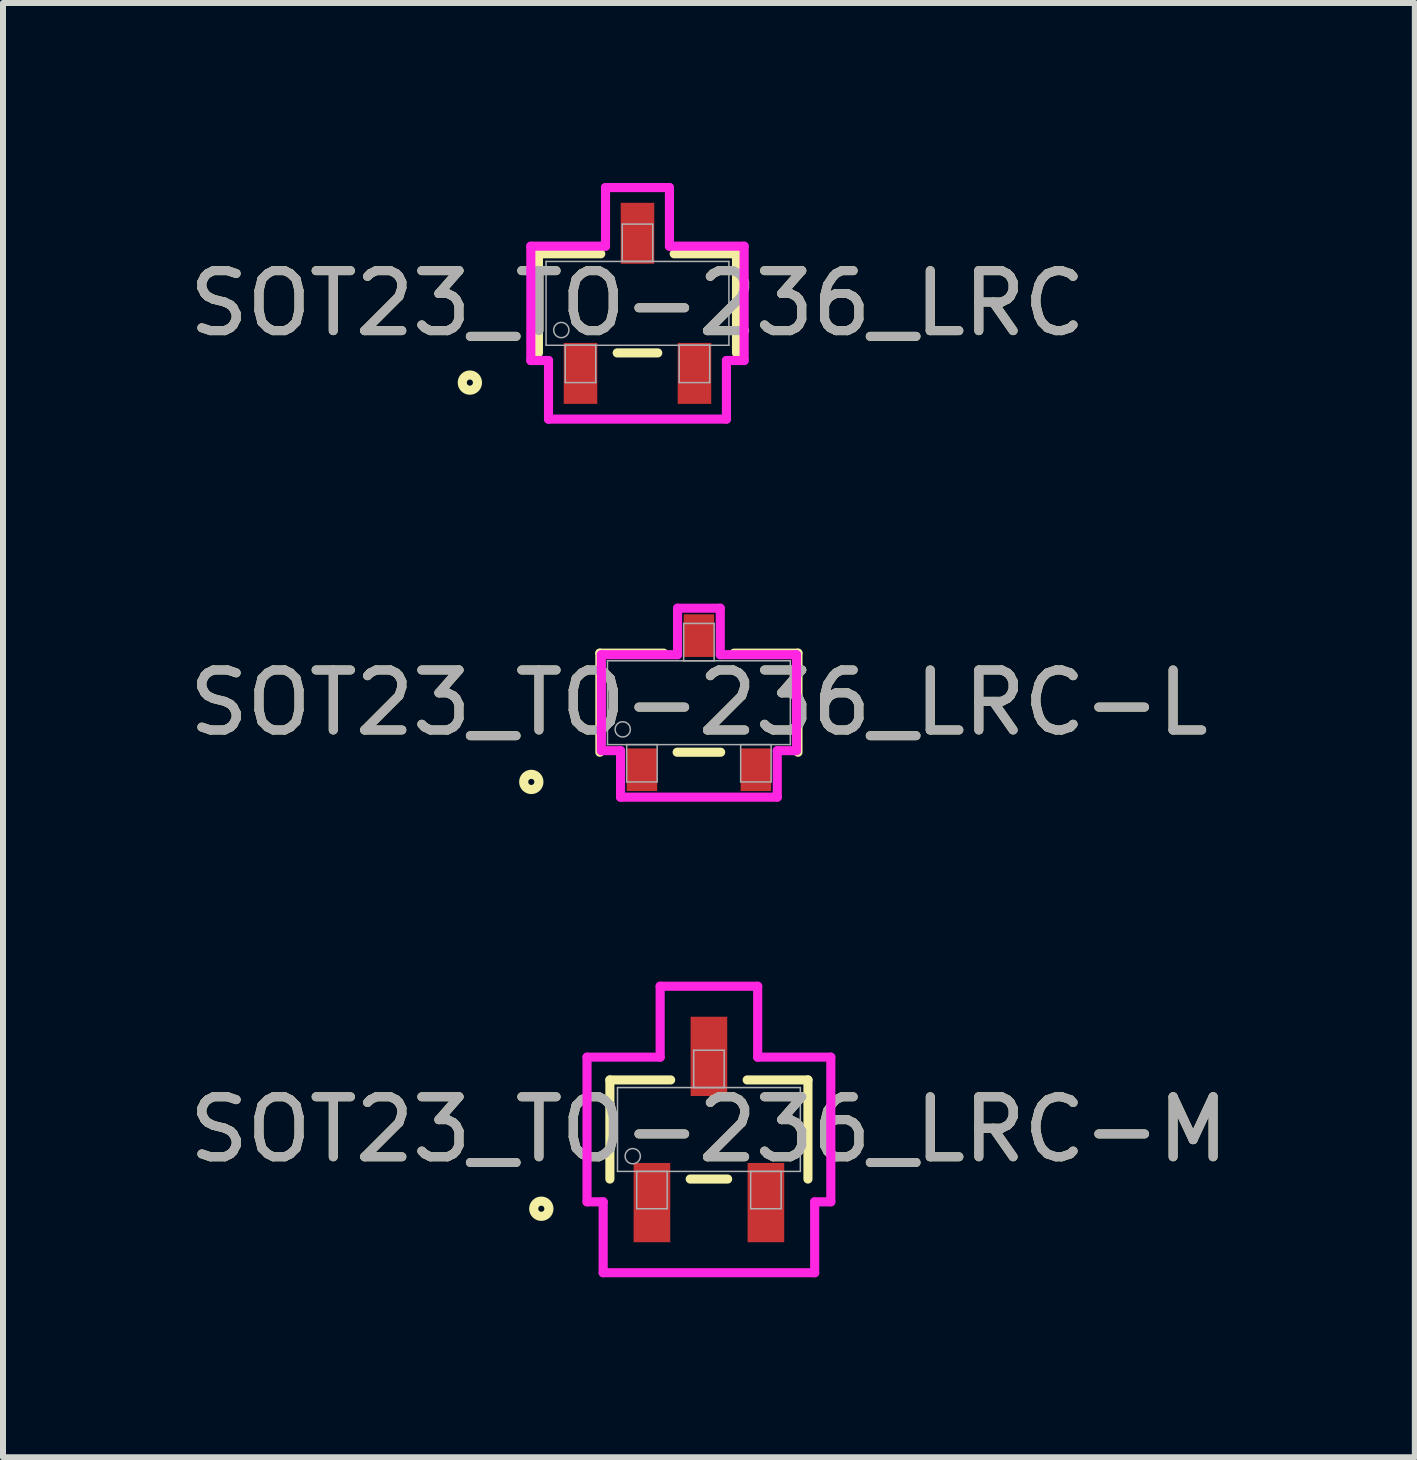
<source format=kicad_pcb>
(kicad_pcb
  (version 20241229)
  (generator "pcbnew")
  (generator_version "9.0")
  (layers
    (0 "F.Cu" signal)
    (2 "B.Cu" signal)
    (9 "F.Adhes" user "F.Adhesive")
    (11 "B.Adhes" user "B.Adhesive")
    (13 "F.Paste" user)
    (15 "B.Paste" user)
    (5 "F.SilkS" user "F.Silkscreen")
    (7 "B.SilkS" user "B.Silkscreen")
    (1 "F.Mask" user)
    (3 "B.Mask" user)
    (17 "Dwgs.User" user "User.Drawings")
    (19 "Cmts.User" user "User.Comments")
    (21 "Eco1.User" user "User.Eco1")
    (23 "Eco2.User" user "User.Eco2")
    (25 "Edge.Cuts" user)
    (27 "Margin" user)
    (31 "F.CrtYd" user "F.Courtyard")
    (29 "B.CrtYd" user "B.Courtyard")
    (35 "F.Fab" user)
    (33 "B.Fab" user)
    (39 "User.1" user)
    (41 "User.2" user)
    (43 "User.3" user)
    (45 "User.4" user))
  (footprint "SOT23_TO-236_LRC-M"
    (layer "F.Cu")
    (at 8.768 15.779)
    (property "Reference" "SOT23_TO-236_LRC-M" (at 0 0 0) (unlocked yes) (layer "F.SilkS") (effects (font (size 1 1) (thickness 0.15))))
    (attr smd)
    (fp_line (start -1.651 -0.826) (end -1.651 0.826) (stroke (width 0.152) (type solid)) (layer "F.SilkS"))
    (fp_line (start -0.638 -0.826) (end -1.651 -0.826) (stroke (width 0.152) (type solid)) (layer "F.SilkS"))
    (fp_line (start -0.312 0.826) (end 0.312 0.826) (stroke (width 0.152) (type solid)) (layer "F.SilkS"))
    (fp_line (start 1.651 -0.826) (end 0.638 -0.826) (stroke (width 0.152) (type solid)) (layer "F.SilkS"))
    (fp_line (start 1.651 0.826) (end 1.651 -0.826) (stroke (width 0.152) (type solid)) (layer "F.SilkS"))
    (fp_circle (center -2.794 1.321) (end -2.667 1.321) (stroke (width 0.152) (type solid)) (fill no) (layer "F.SilkS"))
    (fp_line (start -2.032 -1.206) (end -0.813 -1.206) (stroke (width 0.152) (type solid)) (layer "F.CrtYd"))
    (fp_line (start -2.032 1.206) (end -2.032 -1.206) (stroke (width 0.152) (type solid)) (layer "F.CrtYd"))
    (fp_line (start -2.032 1.206) (end -1.763 1.206) (stroke (width 0.152) (type solid)) (layer "F.CrtYd"))
    (fp_line (start -1.763 1.206) (end -1.763 2.388) (stroke (width 0.152) (type solid)) (layer "F.CrtYd"))
    (fp_line (start -1.763 2.388) (end 1.763 2.388) (stroke (width 0.152) (type solid)) (layer "F.CrtYd"))
    (fp_line (start -0.813 -2.388) (end 0.813 -2.388) (stroke (width 0.152) (type solid)) (layer "F.CrtYd"))
    (fp_line (start -0.813 -1.206) (end -0.813 -2.388) (stroke (width 0.152) (type solid)) (layer "F.CrtYd"))
    (fp_line (start 0.813 -1.206) (end 0.813 -2.388) (stroke (width 0.152) (type solid)) (layer "F.CrtYd"))
    (fp_line (start 1.763 1.206) (end 1.763 2.388) (stroke (width 0.152) (type solid)) (layer "F.CrtYd"))
    (fp_line (start 2.032 -1.206) (end 0.813 -1.206) (stroke (width 0.152) (type solid)) (layer "F.CrtYd"))
    (fp_line (start 2.032 -1.206) (end 2.032 1.206) (stroke (width 0.152) (type solid)) (layer "F.CrtYd"))
    (fp_line (start 2.032 1.206) (end 1.763 1.206) (stroke (width 0.152) (type solid)) (layer "F.CrtYd"))
    (fp_line (start -1.524 -0.699) (end -1.524 0.699) (stroke (width 0.025) (type solid)) (layer "F.Fab"))
    (fp_line (start -1.524 0.699) (end 1.524 0.699) (stroke (width 0.025) (type solid)) (layer "F.Fab"))
    (fp_line (start -1.204 0.699) (end -1.204 1.321) (stroke (width 0.025) (type solid)) (layer "F.Fab"))
    (fp_line (start -1.204 1.321) (end -0.696 1.321) (stroke (width 0.025) (type solid)) (layer "F.Fab"))
    (fp_line (start -0.696 0.699) (end -1.204 0.699) (stroke (width 0.025) (type solid)) (layer "F.Fab"))
    (fp_line (start -0.696 1.321) (end -0.696 0.699) (stroke (width 0.025) (type solid)) (layer "F.Fab"))
    (fp_line (start -0.254 -1.321) (end -0.254 -0.699) (stroke (width 0.025) (type solid)) (layer "F.Fab"))
    (fp_line (start -0.254 -0.699) (end 0.254 -0.699) (stroke (width 0.025) (type solid)) (layer "F.Fab"))
    (fp_line (start 0.254 -1.321) (end -0.254 -1.321) (stroke (width 0.025) (type solid)) (layer "F.Fab"))
    (fp_line (start 0.254 -0.699) (end 0.254 -1.321) (stroke (width 0.025) (type solid)) (layer "F.Fab"))
    (fp_line (start 0.696 0.699) (end 0.696 1.321) (stroke (width 0.025) (type solid)) (layer "F.Fab"))
    (fp_line (start 0.696 1.321) (end 1.204 1.321) (stroke (width 0.025) (type solid)) (layer "F.Fab"))
    (fp_line (start 1.204 0.699) (end 0.696 0.699) (stroke (width 0.025) (type solid)) (layer "F.Fab"))
    (fp_line (start 1.204 1.321) (end 1.204 0.699) (stroke (width 0.025) (type solid)) (layer "F.Fab"))
    (fp_line (start 1.524 -0.699) (end -1.524 -0.699) (stroke (width 0.025) (type solid)) (layer "F.Fab"))
    (fp_line (start 1.524 0.699) (end 1.524 -0.699) (stroke (width 0.025) (type solid)) (layer "F.Fab"))
    (fp_circle (center -1.27 0.445) (end -1.143 0.445) (stroke (width 0.025) (type solid)) (fill no) (layer "F.Fab"))
    (fp_text user "${REFERENCE}" (at 0 0 0) (unlocked yes) (layer "F.Fab") (effects (font (size 1 1) (thickness 0.15))))
    (pad "1" smd rect (at -0.95 1.219) (size 0.61 1.321) (layers "F.Cu" "F.Mask" "F.Paste"))
    (pad "2" smd rect (at 0.95 1.219) (size 0.61 1.321) (layers "F.Cu" "F.Mask" "F.Paste"))
    (pad "3" smd rect (at 0 -1.219) (size 0.61 1.321) (layers "F.Cu" "F.Mask" "F.Paste")))
  (footprint "SOT23_TO-236_LRC"
    (layer "F.Cu")
    (at 7.577 2.007)
    (property "Reference" "SOT23_TO-236_LRC" (at 0 0 0) (unlocked yes) (layer "F.SilkS") (effects (font (size 1 1) (thickness 0.15))))
    (attr smd)
    (fp_line (start -1.651 -0.826) (end -1.651 0.826) (stroke (width 0.152) (type solid)) (layer "F.SilkS"))
    (fp_line (start -0.612 -0.826) (end -1.651 -0.826) (stroke (width 0.152) (type solid)) (layer "F.SilkS"))
    (fp_line (start -0.338 0.826) (end 0.338 0.826) (stroke (width 0.152) (type solid)) (layer "F.SilkS"))
    (fp_line (start 1.651 -0.826) (end 0.612 -0.826) (stroke (width 0.152) (type solid)) (layer "F.SilkS"))
    (fp_line (start 1.651 0.826) (end 1.651 -0.826) (stroke (width 0.152) (type solid)) (layer "F.SilkS"))
    (fp_circle (center -2.794 1.321) (end -2.667 1.321) (stroke (width 0.152) (type solid)) (fill no) (layer "F.SilkS"))
    (fp_line (start -1.778 -0.953) (end -0.533 -0.953) (stroke (width 0.152) (type solid)) (layer "F.CrtYd"))
    (fp_line (start -1.778 0.953) (end -1.778 -0.953) (stroke (width 0.152) (type solid)) (layer "F.CrtYd"))
    (fp_line (start -1.778 0.953) (end -1.483 0.953) (stroke (width 0.152) (type solid)) (layer "F.CrtYd"))
    (fp_line (start -1.483 0.953) (end -1.483 1.93) (stroke (width 0.152) (type solid)) (layer "F.CrtYd"))
    (fp_line (start -1.483 1.93) (end 1.483 1.93) (stroke (width 0.152) (type solid)) (layer "F.CrtYd"))
    (fp_line (start -0.533 -1.93) (end 0.533 -1.93) (stroke (width 0.152) (type solid)) (layer "F.CrtYd"))
    (fp_line (start -0.533 -0.953) (end -0.533 -1.93) (stroke (width 0.152) (type solid)) (layer "F.CrtYd"))
    (fp_line (start 0.533 -0.953) (end 0.533 -1.93) (stroke (width 0.152) (type solid)) (layer "F.CrtYd"))
    (fp_line (start 1.483 0.953) (end 1.483 1.93) (stroke (width 0.152) (type solid)) (layer "F.CrtYd"))
    (fp_line (start 1.778 -0.953) (end 0.533 -0.953) (stroke (width 0.152) (type solid)) (layer "F.CrtYd"))
    (fp_line (start 1.778 -0.953) (end 1.778 0.953) (stroke (width 0.152) (type solid)) (layer "F.CrtYd"))
    (fp_line (start 1.778 0.953) (end 1.483 0.953) (stroke (width 0.152) (type solid)) (layer "F.CrtYd"))
    (fp_line (start -1.524 -0.699) (end -1.524 0.699) (stroke (width 0.025) (type solid)) (layer "F.Fab"))
    (fp_line (start -1.524 0.699) (end 1.524 0.699) (stroke (width 0.025) (type solid)) (layer "F.Fab"))
    (fp_line (start -1.204 0.699) (end -1.204 1.321) (stroke (width 0.025) (type solid)) (layer "F.Fab"))
    (fp_line (start -1.204 1.321) (end -0.696 1.321) (stroke (width 0.025) (type solid)) (layer "F.Fab"))
    (fp_line (start -0.696 0.699) (end -1.204 0.699) (stroke (width 0.025) (type solid)) (layer "F.Fab"))
    (fp_line (start -0.696 1.321) (end -0.696 0.699) (stroke (width 0.025) (type solid)) (layer "F.Fab"))
    (fp_line (start -0.254 -1.321) (end -0.254 -0.699) (stroke (width 0.025) (type solid)) (layer "F.Fab"))
    (fp_line (start -0.254 -0.699) (end 0.254 -0.699) (stroke (width 0.025) (type solid)) (layer "F.Fab"))
    (fp_line (start 0.254 -1.321) (end -0.254 -1.321) (stroke (width 0.025) (type solid)) (layer "F.Fab"))
    (fp_line (start 0.254 -0.699) (end 0.254 -1.321) (stroke (width 0.025) (type solid)) (layer "F.Fab"))
    (fp_line (start 0.696 0.699) (end 0.696 1.321) (stroke (width 0.025) (type solid)) (layer "F.Fab"))
    (fp_line (start 0.696 1.321) (end 1.204 1.321) (stroke (width 0.025) (type solid)) (layer "F.Fab"))
    (fp_line (start 1.204 0.699) (end 0.696 0.699) (stroke (width 0.025) (type solid)) (layer "F.Fab"))
    (fp_line (start 1.204 1.321) (end 1.204 0.699) (stroke (width 0.025) (type solid)) (layer "F.Fab"))
    (fp_line (start 1.524 -0.699) (end -1.524 -0.699) (stroke (width 0.025) (type solid)) (layer "F.Fab"))
    (fp_line (start 1.524 0.699) (end 1.524 -0.699) (stroke (width 0.025) (type solid)) (layer "F.Fab"))
    (fp_circle (center -1.27 0.445) (end -1.143 0.445) (stroke (width 0.025) (type solid)) (fill no) (layer "F.Fab"))
    (fp_text user "${REFERENCE}" (at 0 0 0) (unlocked yes) (layer "F.Fab") (effects (font (size 1 1) (thickness 0.15))))
    (pad "1" smd rect (at -0.95 1.168) (size 0.559 1.016) (layers "F.Cu" "F.Mask" "F.Paste"))
    (pad "2" smd rect (at 0.95 1.168) (size 0.559 1.016) (layers "F.Cu" "F.Mask" "F.Paste"))
    (pad "3" smd rect (at 0 -1.168) (size 0.559 1.016) (layers "F.Cu" "F.Mask" "F.Paste")))
  (footprint "SOT23_TO-236_LRC-L"
    (layer "F.Cu")
    (at 8.601 8.664)
    (property "Reference" "SOT23_TO-236_LRC-L" (at 0 0 0) (unlocked yes) (layer "F.SilkS") (effects (font (size 1 1) (thickness 0.15))))
    (attr smd)
    (fp_line (start -1.651 -0.826) (end -1.651 0.826) (stroke (width 0.152) (type solid)) (layer "F.SilkS"))
    (fp_line (start -0.587 -0.826) (end -1.651 -0.826) (stroke (width 0.152) (type solid)) (layer "F.SilkS"))
    (fp_line (start -0.363 0.826) (end 0.363 0.826) (stroke (width 0.152) (type solid)) (layer "F.SilkS"))
    (fp_line (start 1.651 -0.826) (end 0.587 -0.826) (stroke (width 0.152) (type solid)) (layer "F.SilkS"))
    (fp_line (start 1.651 0.826) (end 1.651 -0.826) (stroke (width 0.152) (type solid)) (layer "F.SilkS"))
    (fp_circle (center -2.794 1.321) (end -2.667 1.321) (stroke (width 0.152) (type solid)) (fill no) (layer "F.SilkS"))
    (fp_line (start -1.626 -0.8) (end -0.356 -0.8) (stroke (width 0.152) (type solid)) (layer "F.CrtYd"))
    (fp_line (start -1.626 0.8) (end -1.626 -0.8) (stroke (width 0.152) (type solid)) (layer "F.CrtYd"))
    (fp_line (start -1.626 0.8) (end -1.306 0.8) (stroke (width 0.152) (type solid)) (layer "F.CrtYd"))
    (fp_line (start -1.306 0.8) (end -1.306 1.575) (stroke (width 0.152) (type solid)) (layer "F.CrtYd"))
    (fp_line (start -1.306 1.575) (end 1.306 1.575) (stroke (width 0.152) (type solid)) (layer "F.CrtYd"))
    (fp_line (start -0.356 -1.575) (end 0.356 -1.575) (stroke (width 0.152) (type solid)) (layer "F.CrtYd"))
    (fp_line (start -0.356 -0.8) (end -0.356 -1.575) (stroke (width 0.152) (type solid)) (layer "F.CrtYd"))
    (fp_line (start 0.356 -0.8) (end 0.356 -1.575) (stroke (width 0.152) (type solid)) (layer "F.CrtYd"))
    (fp_line (start 1.306 0.8) (end 1.306 1.575) (stroke (width 0.152) (type solid)) (layer "F.CrtYd"))
    (fp_line (start 1.626 -0.8) (end 0.356 -0.8) (stroke (width 0.152) (type solid)) (layer "F.CrtYd"))
    (fp_line (start 1.626 -0.8) (end 1.626 0.8) (stroke (width 0.152) (type solid)) (layer "F.CrtYd"))
    (fp_line (start 1.626 0.8) (end 1.306 0.8) (stroke (width 0.152) (type solid)) (layer "F.CrtYd"))
    (fp_line (start -1.524 -0.699) (end -1.524 0.699) (stroke (width 0.025) (type solid)) (layer "F.Fab"))
    (fp_line (start -1.524 0.699) (end 1.524 0.699) (stroke (width 0.025) (type solid)) (layer "F.Fab"))
    (fp_line (start -1.204 0.699) (end -1.204 1.321) (stroke (width 0.025) (type solid)) (layer "F.Fab"))
    (fp_line (start -1.204 1.321) (end -0.696 1.321) (stroke (width 0.025) (type solid)) (layer "F.Fab"))
    (fp_line (start -0.696 0.699) (end -1.204 0.699) (stroke (width 0.025) (type solid)) (layer "F.Fab"))
    (fp_line (start -0.696 1.321) (end -0.696 0.699) (stroke (width 0.025) (type solid)) (layer "F.Fab"))
    (fp_line (start -0.254 -1.321) (end -0.254 -0.699) (stroke (width 0.025) (type solid)) (layer "F.Fab"))
    (fp_line (start -0.254 -0.699) (end 0.254 -0.699) (stroke (width 0.025) (type solid)) (layer "F.Fab"))
    (fp_line (start 0.254 -1.321) (end -0.254 -1.321) (stroke (width 0.025) (type solid)) (layer "F.Fab"))
    (fp_line (start 0.254 -0.699) (end 0.254 -1.321) (stroke (width 0.025) (type solid)) (layer "F.Fab"))
    (fp_line (start 0.696 0.699) (end 0.696 1.321) (stroke (width 0.025) (type solid)) (layer "F.Fab"))
    (fp_line (start 0.696 1.321) (end 1.204 1.321) (stroke (width 0.025) (type solid)) (layer "F.Fab"))
    (fp_line (start 1.204 0.699) (end 0.696 0.699) (stroke (width 0.025) (type solid)) (layer "F.Fab"))
    (fp_line (start 1.204 1.321) (end 1.204 0.699) (stroke (width 0.025) (type solid)) (layer "F.Fab"))
    (fp_line (start 1.524 -0.699) (end -1.524 -0.699) (stroke (width 0.025) (type solid)) (layer "F.Fab"))
    (fp_line (start 1.524 0.699) (end 1.524 -0.699) (stroke (width 0.025) (type solid)) (layer "F.Fab"))
    (fp_circle (center -1.27 0.445) (end -1.143 0.445) (stroke (width 0.025) (type solid)) (fill no) (layer "F.Fab"))
    (fp_text user "${REFERENCE}" (at 0 0 0) (unlocked yes) (layer "F.Fab") (effects (font (size 1 1) (thickness 0.15))))
    (pad "1" smd rect (at -0.95 1.118) (size 0.508 0.711) (layers "F.Cu" "F.Mask" "F.Paste"))
    (pad "2" smd rect (at 0.95 1.118) (size 0.508 0.711) (layers "F.Cu" "F.Mask" "F.Paste"))
    (pad "3" smd rect (at 0 -1.118) (size 0.508 0.711) (layers "F.Cu" "F.Mask" "F.Paste")))
  (gr_rect
    (start -3 -3)
    (end 20.536 21.243)
    (stroke (width 0.1) (type default))
    (fill no)
    (layer "Edge.Cuts")))
</source>
